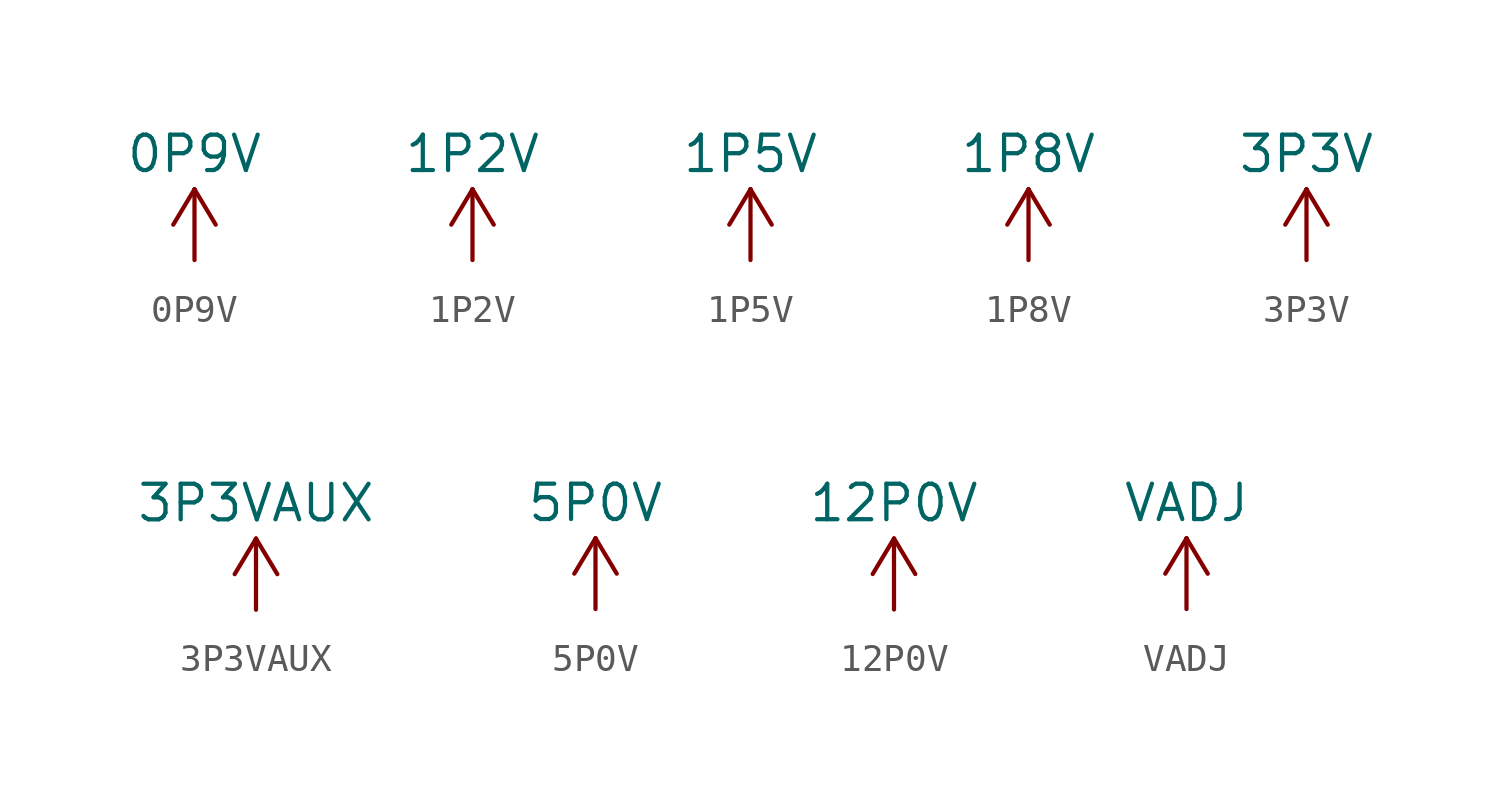
<source format=kicad_sym>
(kicad_symbol_lib
  (version 20220914)
  (generator kicad_symbol_editor)
  (symbol "0P9V"
    (power)
    (pin_names
      (offset 0))
    (property "Reference" "#PWR"
      (at 0 -3.81 0)
      (effects (font (size 1.27 1.27)) hide))
    (property "Value" "0P9V"
      (at 0 3.81 0)
      (effects (font (size 1.27 1.27))))
    (symbol "0P9V_0_1"
      (polyline (pts (xy -0.762 1.27) (xy 0 2.54)) (stroke (width 0) (type default)) (fill (type none)))
      (polyline (pts (xy 0 0) (xy 0 2.54)) (stroke (width 0) (type default)) (fill (type none)))
      (polyline (pts (xy 0 2.54) (xy 0.762 1.27)) (stroke (width 0) (type default)) (fill (type none))))
    (symbol "0P9V_1_1"
      (pin power_in line (at 0 0 90) (length 0) hide (name "0P9V" (effects (font (size 1.27 1.27)))) (number "1" (effects (font (size 1.27 1.27)))))))
  (symbol "1P2V"
    (power)
    (pin_names
      (offset 0))
    (property "Reference" "#PWR"
      (at 0 -3.81 0)
      (effects (font (size 1.27 1.27)) hide))
    (property "Value" "1P2V"
      (at 0 3.81 0)
      (effects (font (size 1.27 1.27))))
    (symbol "1P2V_0_1"
      (polyline (pts (xy -0.762 1.27) (xy 0 2.54)) (stroke (width 0) (type default)) (fill (type none)))
      (polyline (pts (xy 0 0) (xy 0 2.54)) (stroke (width 0) (type default)) (fill (type none)))
      (polyline (pts (xy 0 2.54) (xy 0.762 1.27)) (stroke (width 0) (type default)) (fill (type none))))
    (symbol "1P2V_1_1"
      (pin power_in line (at 0 0 90) (length 0) hide (name "1P2V" (effects (font (size 1.27 1.27)))) (number "1" (effects (font (size 1.27 1.27)))))))
  (symbol "1P5V"
    (power)
    (pin_names
      (offset 0))
    (property "Reference" "#PWR"
      (at 0 -3.81 0)
      (effects (font (size 1.27 1.27)) hide))
    (property "Value" "1P5V"
      (at 0 3.81 0)
      (effects (font (size 1.27 1.27))))
    (symbol "1P5V_0_1"
      (polyline (pts (xy -0.762 1.27) (xy 0 2.54)) (stroke (width 0) (type default)) (fill (type none)))
      (polyline (pts (xy 0 0) (xy 0 2.54)) (stroke (width 0) (type default)) (fill (type none)))
      (polyline (pts (xy 0 2.54) (xy 0.762 1.27)) (stroke (width 0) (type default)) (fill (type none))))
    (symbol "1P5V_1_1"
      (pin power_in line (at 0 0 90) (length 0) hide (name "1P5V" (effects (font (size 1.27 1.27)))) (number "1" (effects (font (size 1.27 1.27)))))))
  (symbol "1P8V"
    (power)
    (pin_names
      (offset 0))
    (property "Reference" "#PWR"
      (at 0 -3.81 0)
      (effects (font (size 1.27 1.27)) hide))
    (property "Value" "1P8V"
      (at 0 3.81 0)
      (effects (font (size 1.27 1.27))))
    (symbol "1P8V_0_1"
      (polyline (pts (xy -0.762 1.27) (xy 0 2.54)) (stroke (width 0) (type default)) (fill (type none)))
      (polyline (pts (xy 0 0) (xy 0 2.54)) (stroke (width 0) (type default)) (fill (type none)))
      (polyline (pts (xy 0 2.54) (xy 0.762 1.27)) (stroke (width 0) (type default)) (fill (type none))))
    (symbol "1P8V_1_1"
      (pin power_in line (at 0 0 90) (length 0) hide (name "1P8V" (effects (font (size 1.27 1.27)))) (number "1" (effects (font (size 1.27 1.27)))))))
  (symbol "3P3V"
    (power)
    (pin_names
      (offset 0))
    (property "Reference" "#PWR"
      (at 0 -3.81 0)
      (effects (font (size 1.27 1.27)) hide))
    (property "Value" "3P3V"
      (at 0 3.81 0)
      (effects (font (size 1.27 1.27))))
    (symbol "3P3V_0_1"
      (polyline (pts (xy -0.762 1.27) (xy 0 2.54)) (stroke (width 0) (type default)) (fill (type none)))
      (polyline (pts (xy 0 0) (xy 0 2.54)) (stroke (width 0) (type default)) (fill (type none)))
      (polyline (pts (xy 0 2.54) (xy 0.762 1.27)) (stroke (width 0) (type default)) (fill (type none))))
    (symbol "3P3V_1_1"
      (pin power_in line (at 0 0 90) (length 0) hide (name "3P3V" (effects (font (size 1.27 1.27)))) (number "1" (effects (font (size 1.27 1.27)))))))
  (symbol "3P3VAUX"
    (power)
    (pin_names
      (offset 0))
    (property "Reference" "#PWR"
      (at 0 -3.81 0)
      (effects (font (size 1.27 1.27)) hide))
    (property "Value" "3P3VAUX"
      (at 0 3.81 0)
      (effects (font (size 1.27 1.27))))
    (symbol "3P3VAUX_0_1"
      (polyline (pts (xy -0.762 1.27) (xy 0 2.54)) (stroke (width 0) (type default)) (fill (type none)))
      (polyline (pts (xy 0 0) (xy 0 2.54)) (stroke (width 0) (type default)) (fill (type none)))
      (polyline (pts (xy 0 2.54) (xy 0.762 1.27)) (stroke (width 0) (type default)) (fill (type none))))
    (symbol "3P3VAUX_1_1"
      (pin power_in line (at 0 0 90) (length 0) hide (name "3P3VAUX" (effects (font (size 1.27 1.27)))) (number "1" (effects (font (size 1.27 1.27)))))))
  (symbol "5P0V"
    (power)
    (pin_names
      (offset 0))
    (property "Reference" "#PWR"
      (at 0 -3.81 0)
      (effects (font (size 1.27 1.27)) hide))
    (property "Value" "5P0V"
      (at 0 3.81 0)
      (effects (font (size 1.27 1.27))))
    (symbol "5P0V_0_1"
      (polyline (pts (xy -0.762 1.27) (xy 0 2.54)) (stroke (width 0) (type default)) (fill (type none)))
      (polyline (pts (xy 0 0) (xy 0 2.54)) (stroke (width 0) (type default)) (fill (type none)))
      (polyline (pts (xy 0 2.54) (xy 0.762 1.27)) (stroke (width 0) (type default)) (fill (type none))))
    (symbol "5P0V_1_1"
      (pin power_in line (at 0 0 90) (length 0) hide (name "5P0V" (effects (font (size 1.27 1.27)))) (number "1" (effects (font (size 1.27 1.27)))))))
  (symbol "12P0V"
    (power)
    (pin_names
      (offset 0))
    (property "Reference" "#PWR"
      (at 0 -3.81 0)
      (effects (font (size 1.27 1.27)) hide))
    (property "Value" "12P0V"
      (at 0 3.81 0)
      (effects (font (size 1.27 1.27))))
    (symbol "12P0V_0_1"
      (polyline (pts (xy -0.762 1.27) (xy 0 2.54)) (stroke (width 0) (type default)) (fill (type none)))
      (polyline (pts (xy 0 0) (xy 0 2.54)) (stroke (width 0) (type default)) (fill (type none)))
      (polyline (pts (xy 0 2.54) (xy 0.762 1.27)) (stroke (width 0) (type default)) (fill (type none))))
    (symbol "12P0V_1_1"
      (pin power_in line (at 0 0 90) (length 0) hide (name "12P0V" (effects (font (size 1.27 1.27)))) (number "1" (effects (font (size 1.27 1.27)))))))
  (symbol "VADJ"
    (power)
    (pin_names
      (offset 0))
    (property "Reference" "#PWR"
      (at 0 -3.81 0)
      (effects (font (size 1.27 1.27)) hide))
    (property "Value" "VADJ"
      (at 0 3.81 0)
      (effects (font (size 1.27 1.27))))
    (symbol "VADJ_0_1"
      (polyline (pts (xy -0.762 1.27) (xy 0 2.54)) (stroke (width 0) (type default)) (fill (type none)))
      (polyline (pts (xy 0 0) (xy 0 2.54)) (stroke (width 0) (type default)) (fill (type none)))
      (polyline (pts (xy 0 2.54) (xy 0.762 1.27)) (stroke (width 0) (type default)) (fill (type none))))
    (symbol "VADJ_1_1"
      (pin power_in line (at 0 0 90) (length 0) hide (name "VADJ" (effects (font (size 1.27 1.27)))) (number "1" (effects (font (size 1.27 1.27))))))))
</source>
